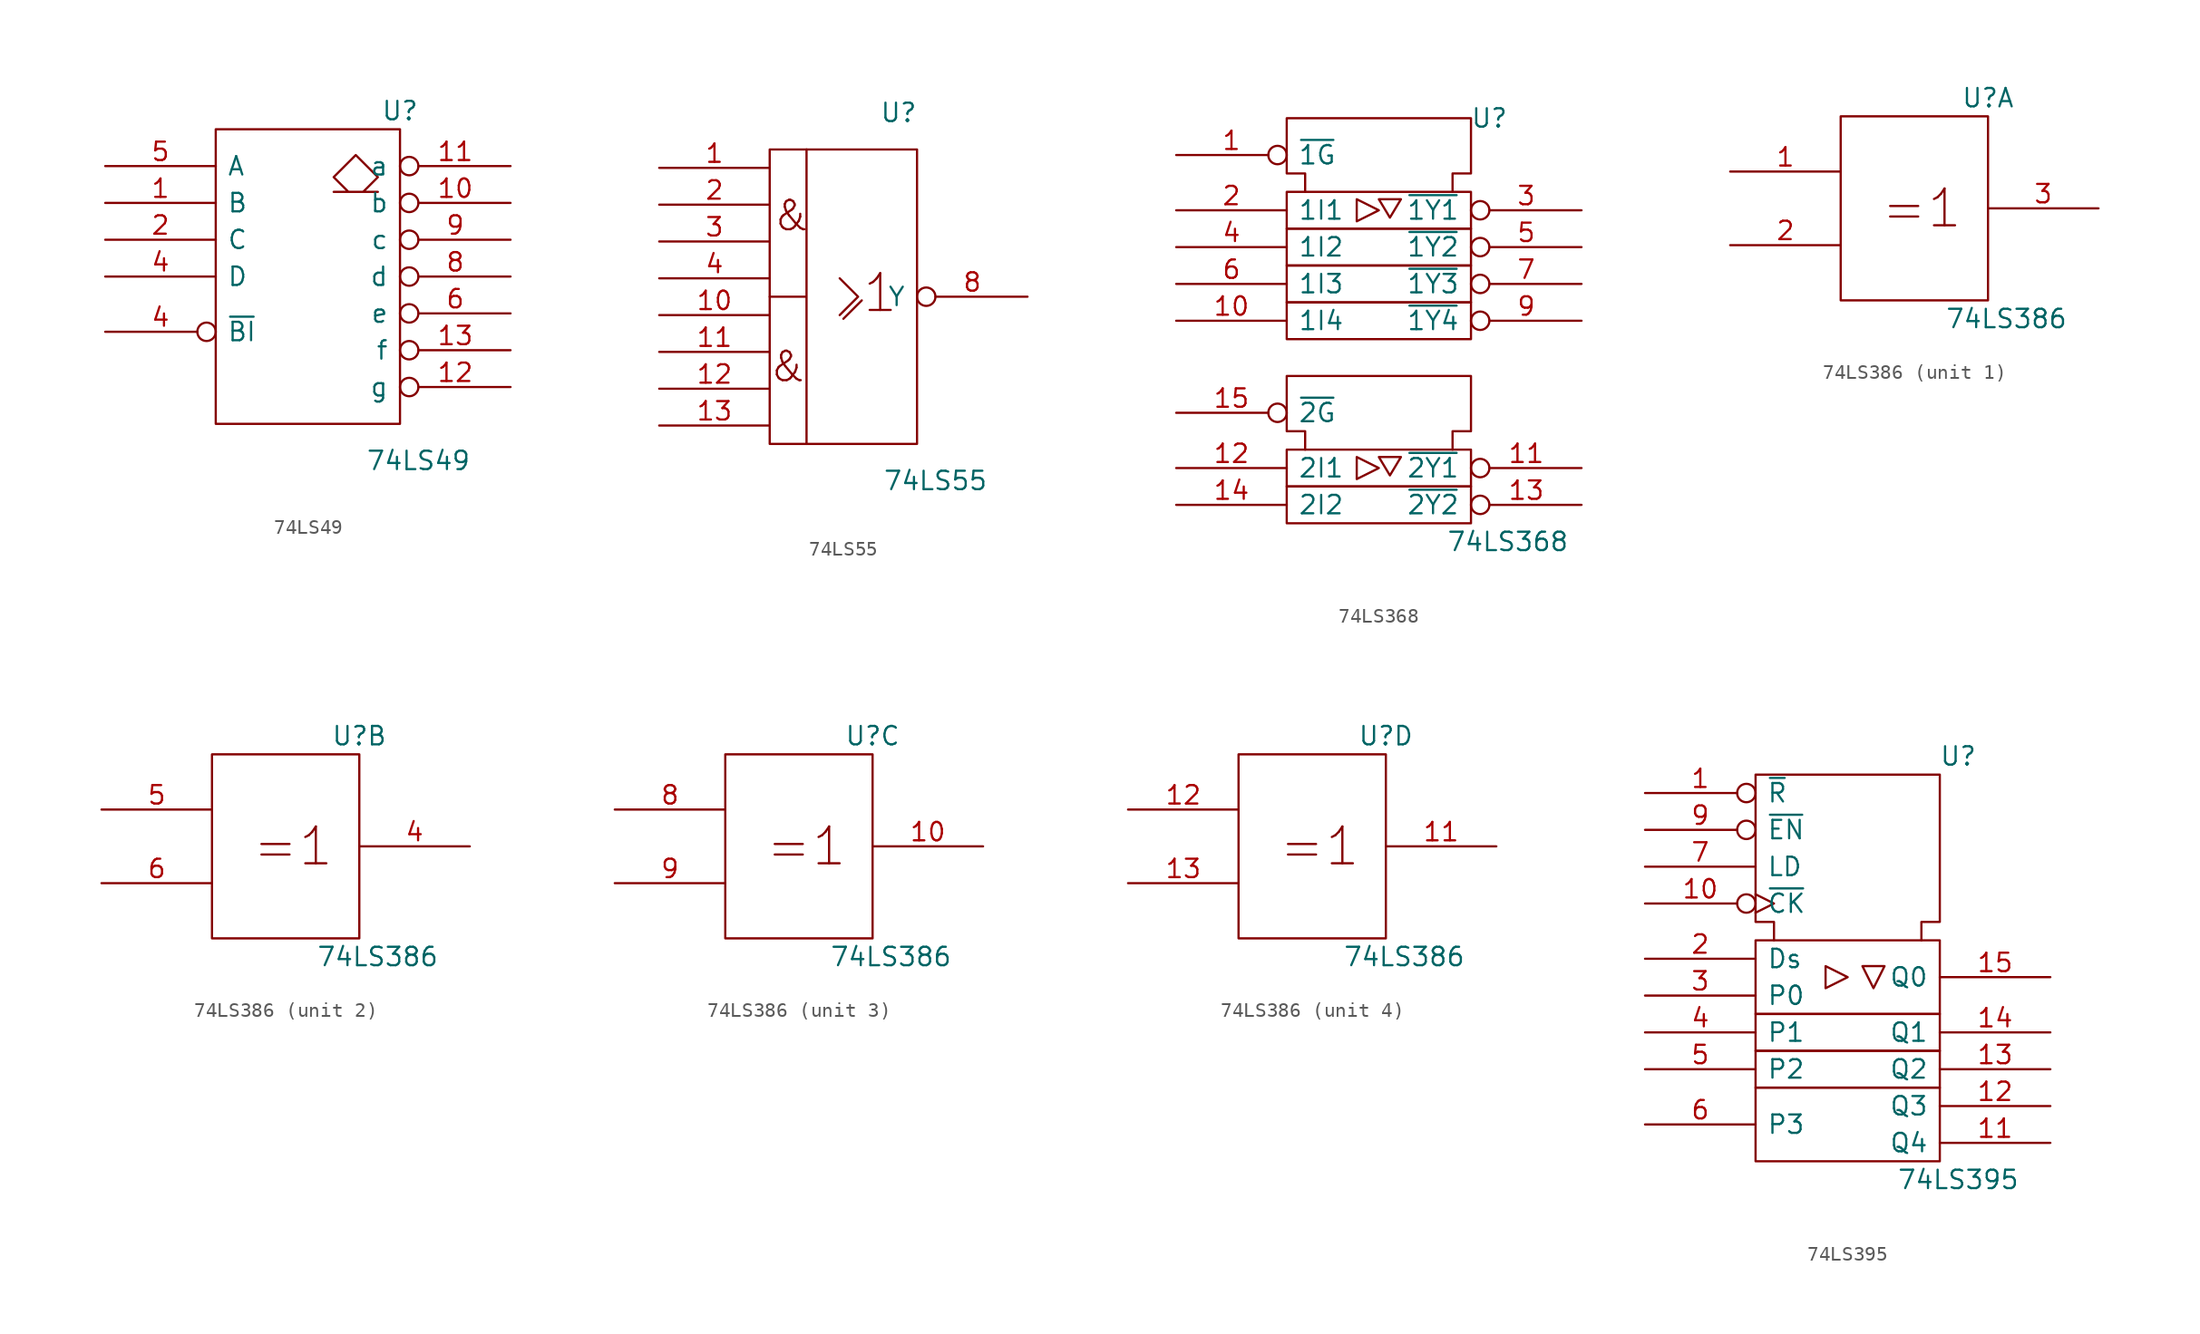
<source format=kicad_sym>
(kicad_symbol_lib
  (version 20201005)
  (generator kicad_symbol_editor)
  (symbol "74LS49"
    (pin_names
      (offset 0.762))
    (property "Reference" "U"
      (at 6.35 11.43 0)
      (effects (font (size 1.27 1.27))))
    (property "Value" "74LS49"
      (at 7.62 -12.7 0)
      (effects (font (size 1.27 1.27))))
    (symbol "74LS49_0_0"
      (rectangle (start -6.35 10.16) (end 6.35 -10.16) (stroke (width 0)) (fill (type none)))
      (polyline (pts (xy 3.81 5.842) (xy 4.826 6.858) (xy 3.302 8.382) (xy 1.778 6.858) (xy 2.794 5.842) (xy 1.778 5.842) (xy 4.826 5.842) (xy 4.826 5.842)) (stroke (width 0)) (fill (type none)))
      (pin power_in line (at 0 10.16 270) (length 0) hide (name "VCC" (effects (font (size 1.27 1.27)))) (number "14" (effects (font (size 1.27 1.27)))))
      (pin power_in line (at 0 -10.16 90) (length 0) hide (name "GND" (effects (font (size 1.27 1.27)))) (number "7" (effects (font (size 1.27 1.27))))))
    (symbol "74LS49_1_1"
      (pin input line (at -13.97 5.08 0) (length 7.62) (name "B" (effects (font (size 1.27 1.27)))) (number "1" (effects (font (size 1.27 1.27)))))
      (pin open_collector inverted (at 13.97 5.08 180) (length 7.62) (name "b" (effects (font (size 1.27 1.27)))) (number "10" (effects (font (size 1.27 1.27)))))
      (pin open_collector inverted (at 13.97 7.62 180) (length 7.62) (name "a" (effects (font (size 1.27 1.27)))) (number "11" (effects (font (size 1.27 1.27)))))
      (pin open_collector inverted (at 13.97 -7.62 180) (length 7.62) (name "g" (effects (font (size 1.27 1.27)))) (number "12" (effects (font (size 1.27 1.27)))))
      (pin open_collector inverted (at 13.97 -5.08 180) (length 7.62) (name "f" (effects (font (size 1.27 1.27)))) (number "13" (effects (font (size 1.27 1.27)))))
      (pin input line (at -13.97 2.54 0) (length 7.62) (name "C" (effects (font (size 1.27 1.27)))) (number "2" (effects (font (size 1.27 1.27)))))
      (pin input line (at -13.97 0 0) (length 7.62) (name "D" (effects (font (size 1.27 1.27)))) (number "4" (effects (font (size 1.27 1.27)))))
      (pin input inverted (at -13.97 -3.81 0) (length 7.62) (name "~BI" (effects (font (size 1.27 1.27)))) (number "4" (effects (font (size 1.27 1.27)))))
      (pin input line (at -13.97 7.62 0) (length 7.62) (name "A" (effects (font (size 1.27 1.27)))) (number "5" (effects (font (size 1.27 1.27)))))
      (pin open_collector inverted (at 13.97 -2.54 180) (length 7.62) (name "e" (effects (font (size 1.27 1.27)))) (number "6" (effects (font (size 1.27 1.27)))))
      (pin open_collector inverted (at 13.97 0 180) (length 7.62) (name "d" (effects (font (size 1.27 1.27)))) (number "8" (effects (font (size 1.27 1.27)))))
      (pin open_collector inverted (at 13.97 2.54 180) (length 7.62) (name "c" (effects (font (size 1.27 1.27)))) (number "9" (effects (font (size 1.27 1.27)))))))
  (symbol "74LS55"
    (pin_names
      (offset 0.762))
    (property "Reference" "U"
      (at 3.81 12.7 0)
      (effects (font (size 1.27 1.27))))
    (property "Value" "74LS55"
      (at 6.35 -12.7 0)
      (effects (font (size 1.27 1.27))))
    (symbol "74LS55_0_0"
      (text "&" (at -3.81 -4.826 0) (effects (font (size 2.032 2.032))))
      (text "&" (at -3.556 5.588 0) (effects (font (size 2.032 2.032))))
      (text "1" (at 2.54 0.254 0) (effects (font (size 2.54 2.54))))
      (polyline (pts (xy 0 -1.524) (xy 1.27 -0.254)) (stroke (width 0)) (fill (type none)))
      (polyline (pts (xy -0.254 1.27) (xy 1.016 0) (xy -0.254 -1.27) (xy -0.254 -1.27)) (stroke (width 0)) (fill (type none))))
    (symbol "74LS55_0_1"
      (rectangle (start -5.08 10.16) (end 5.08 -10.16) (stroke (width 0)) (fill (type none)))
      (polyline (pts (xy -2.54 10.16) (xy -2.54 0) (xy -5.08 0) (xy -2.54 0) (xy -2.54 -10.16) (xy -2.54 -10.16)) (stroke (width 0)) (fill (type none)))
      (pin power_in line (at 0 10.16 270) (length 0) hide (name "VCC" (effects (font (size 1.27 1.27)))) (number "14" (effects (font (size 1.27 1.27)))))
      (pin power_in line (at 0 -10.16 90) (length 0) hide (name "GND" (effects (font (size 1.27 1.27)))) (number "7" (effects (font (size 1.27 1.27))))))
    (symbol "74LS55_1_1"
      (pin input line (at -12.7 8.89 0) (length 7.62) (name "~" (effects (font (size 1.27 1.27)))) (number "1" (effects (font (size 1.27 1.27)))))
      (pin input line (at -12.7 -1.27 0) (length 7.62) (name "~" (effects (font (size 1.27 1.27)))) (number "10" (effects (font (size 1.27 1.27)))))
      (pin input line (at -12.7 -3.81 0) (length 7.62) (name "~" (effects (font (size 1.27 1.27)))) (number "11" (effects (font (size 1.27 1.27)))))
      (pin input line (at -12.7 -6.35 0) (length 7.62) (name "~" (effects (font (size 1.27 1.27)))) (number "12" (effects (font (size 1.27 1.27)))))
      (pin input line (at -12.7 -8.89 0) (length 7.62) (name "~" (effects (font (size 1.27 1.27)))) (number "13" (effects (font (size 1.27 1.27)))))
      (pin input line (at -12.7 6.35 0) (length 7.62) (name "~" (effects (font (size 1.27 1.27)))) (number "2" (effects (font (size 1.27 1.27)))))
      (pin input line (at -12.7 3.81 0) (length 7.62) (name "~" (effects (font (size 1.27 1.27)))) (number "3" (effects (font (size 1.27 1.27)))))
      (pin input line (at -12.7 1.27 0) (length 7.62) (name "~" (effects (font (size 1.27 1.27)))) (number "4" (effects (font (size 1.27 1.27)))))
      (pin output inverted (at 12.7 0 180) (length 7.62) (name "Y" (effects (font (size 1.27 1.27)))) (number "8" (effects (font (size 1.27 1.27)))))))
  (symbol "74LS368"
    (pin_names
      (offset 0.762))
    (property "Reference" "U"
      (at 7.62 8.89 0)
      (effects (font (size 1.27 1.27))))
    (property "Value" "74LS368"
      (at 8.89 -20.32 0)
      (effects (font (size 1.27 1.27))))
    (symbol "74LS368_0_0"
      (rectangle (start -6.35 -16.51) (end 6.35 -19.05) (stroke (width 0)) (fill (type none)))
      (rectangle (start -6.35 -13.97) (end 6.35 -16.51) (stroke (width 0)) (fill (type none)))
      (rectangle (start -6.35 -3.81) (end 6.35 -6.35) (stroke (width 0)) (fill (type none)))
      (rectangle (start -6.35 -1.27) (end 6.35 -3.81) (stroke (width 0)) (fill (type none)))
      (rectangle (start -6.35 1.27) (end 6.35 -1.27) (stroke (width 0)) (fill (type none)))
      (rectangle (start -6.35 3.81) (end 6.35 1.27) (stroke (width 0)) (fill (type none)))
      (polyline (pts (xy -1.524 -14.478) (xy -1.524 -16.002) (xy 0 -15.24) (xy -1.524 -14.478) (xy -1.524 -14.478)) (stroke (width 0)) (fill (type none)))
      (polyline (pts (xy -1.524 3.302) (xy 0 2.54) (xy -1.524 1.778) (xy -1.524 3.302) (xy -1.524 3.302)) (stroke (width 0)) (fill (type none)))
      (polyline (pts (xy -5.08 -13.97) (xy -5.08 -12.7) (xy -6.35 -12.7) (xy -6.35 -8.89) (xy 6.35 -8.89) (xy 6.35 -12.7) (xy 5.08 -12.7) (xy 5.08 -13.97) (xy 5.08 -13.97)) (stroke (width 0)) (fill (type none)))
      (polyline (pts (xy -5.08 3.81) (xy -5.08 5.08) (xy -6.35 5.08) (xy -6.35 8.89) (xy 6.35 8.89) (xy 6.35 5.08) (xy 5.08 5.08) (xy 5.08 3.81) (xy 5.08 3.81)) (stroke (width 0)) (fill (type none)))
      (pin power_in line (at 3.81 8.89 270) (length 0) hide (name "VCC" (effects (font (size 1.27 1.27)))) (number "16" (effects (font (size 1.27 1.27)))))
      (pin power_in line (at 0 8.89 270) (length 0) hide (name "GND" (effects (font (size 1.27 1.27)))) (number "8" (effects (font (size 1.27 1.27))))))
    (symbol "74LS368_0_1"
      (polyline (pts (xy 0 -14.478) (xy 1.524 -14.478) (xy 0.762 -15.748) (xy 0 -14.478) (xy 0 -14.478)) (stroke (width 0)) (fill (type none)))
      (polyline (pts (xy 0 3.302) (xy 1.524 3.302) (xy 0.762 2.032) (xy 0 3.302) (xy 0.254 3.302)) (stroke (width 0)) (fill (type none))))
    (symbol "74LS368_1_1"
      (pin input inverted (at -13.97 6.35 0) (length 7.62) (name "~1G" (effects (font (size 1.27 1.27)))) (number "1" (effects (font (size 1.27 1.27)))))
      (pin input line (at -13.97 -5.08 0) (length 7.62) (name "1I4" (effects (font (size 1.27 1.27)))) (number "10" (effects (font (size 1.27 1.27)))))
      (pin tri_state inverted (at 13.97 -15.24 180) (length 7.62) (name "~2Y1" (effects (font (size 1.27 1.27)))) (number "11" (effects (font (size 1.27 1.27)))))
      (pin input line (at -13.97 -15.24 0) (length 7.62) (name "2I1" (effects (font (size 1.27 1.27)))) (number "12" (effects (font (size 1.27 1.27)))))
      (pin tri_state inverted (at 13.97 -17.78 180) (length 7.62) (name "~2Y2" (effects (font (size 1.27 1.27)))) (number "13" (effects (font (size 1.27 1.27)))))
      (pin input line (at -13.97 -17.78 0) (length 7.62) (name "2I2" (effects (font (size 1.27 1.27)))) (number "14" (effects (font (size 1.27 1.27)))))
      (pin input inverted (at -13.97 -11.43 0) (length 7.62) (name "~2G" (effects (font (size 1.27 1.27)))) (number "15" (effects (font (size 1.27 1.27)))))
      (pin input line (at -13.97 2.54 0) (length 7.62) (name "1I1" (effects (font (size 1.27 1.27)))) (number "2" (effects (font (size 1.27 1.27)))))
      (pin tri_state inverted (at 13.97 2.54 180) (length 7.62) (name "~1Y1" (effects (font (size 1.27 1.27)))) (number "3" (effects (font (size 1.27 1.27)))))
      (pin input line (at -13.97 0 0) (length 7.62) (name "1I2" (effects (font (size 1.27 1.27)))) (number "4" (effects (font (size 1.27 1.27)))))
      (pin tri_state inverted (at 13.97 0 180) (length 7.62) (name "~1Y2" (effects (font (size 1.27 1.27)))) (number "5" (effects (font (size 1.27 1.27)))))
      (pin input line (at -13.97 -2.54 0) (length 7.62) (name "1I3" (effects (font (size 1.27 1.27)))) (number "6" (effects (font (size 1.27 1.27)))))
      (pin tri_state inverted (at 13.97 -2.54 180) (length 7.62) (name "~1Y3" (effects (font (size 1.27 1.27)))) (number "7" (effects (font (size 1.27 1.27)))))
      (pin tri_state inverted (at 13.97 -5.08 180) (length 7.62) (name "~1Y4" (effects (font (size 1.27 1.27)))) (number "9" (effects (font (size 1.27 1.27)))))))
  (symbol "74LS386"
    (pin_names
      (offset 0.762))
    (property "Reference" "U"
      (at 5.08 7.62 0)
      (effects (font (size 1.27 1.27))))
    (property "Value" "74LS386"
      (at 6.35 -7.62 0)
      (effects (font (size 1.27 1.27))))
    (symbol "74LS386_0_1"
      (text "=1" (at 0.508 0 0) (effects (font (size 2.54 2.54))))
      (rectangle (start -5.08 6.35) (end 5.08 -6.35) (stroke (width 0)) (fill (type none)))
      (pin power_in line (at 0 6.35 270) (length 0) hide (name "Vcc" (effects (font (size 1.27 1.27)))) (number "14" (effects (font (size 1.27 1.27)))))
      (pin power_in line (at 0 -6.35 90) (length 0) hide (name "Gnd" (effects (font (size 1.27 1.27)))) (number "7" (effects (font (size 1.27 1.27))))))
    (symbol "74LS386_1_1"
      (pin input line (at -12.7 2.54 0) (length 7.62) (name "~" (effects (font (size 1.27 1.27)))) (number "1" (effects (font (size 1.27 1.27)))))
      (pin input line (at -12.7 -2.54 0) (length 7.62) (name "~" (effects (font (size 1.27 1.27)))) (number "2" (effects (font (size 1.27 1.27)))))
      (pin output line (at 12.7 0 180) (length 7.62) (name "~" (effects (font (size 1.27 1.27)))) (number "3" (effects (font (size 1.27 1.27))))))
    (symbol "74LS386_2_1"
      (pin output line (at 12.7 0 180) (length 7.62) (name "~" (effects (font (size 1.27 1.27)))) (number "4" (effects (font (size 1.27 1.27)))))
      (pin input line (at -12.7 2.54 0) (length 7.62) (name "~" (effects (font (size 1.27 1.27)))) (number "5" (effects (font (size 1.27 1.27)))))
      (pin input line (at -12.7 -2.54 0) (length 7.62) (name "~" (effects (font (size 1.27 1.27)))) (number "6" (effects (font (size 1.27 1.27))))))
    (symbol "74LS386_3_1"
      (pin output line (at 12.7 0 180) (length 7.62) (name "~" (effects (font (size 1.27 1.27)))) (number "10" (effects (font (size 1.27 1.27)))))
      (pin input line (at -12.7 2.54 0) (length 7.62) (name "~" (effects (font (size 1.27 1.27)))) (number "8" (effects (font (size 1.27 1.27)))))
      (pin input line (at -12.7 -2.54 0) (length 7.62) (name "~" (effects (font (size 1.27 1.27)))) (number "9" (effects (font (size 1.27 1.27))))))
    (symbol "74LS386_4_1"
      (pin output line (at 12.7 0 180) (length 7.62) (name "~" (effects (font (size 1.27 1.27)))) (number "11" (effects (font (size 1.27 1.27)))))
      (pin input line (at -12.7 2.54 0) (length 7.62) (name "~" (effects (font (size 1.27 1.27)))) (number "12" (effects (font (size 1.27 1.27)))))
      (pin input line (at -12.7 -2.54 0) (length 7.62) (name "~" (effects (font (size 1.27 1.27)))) (number "13" (effects (font (size 1.27 1.27)))))))
  (symbol "74LS395"
    (pin_names
      (offset 0.762))
    (property "Reference" "U"
      (at 7.62 13.97 0)
      (effects (font (size 1.27 1.27))))
    (property "Value" "74LS395"
      (at 7.62 -15.24 0)
      (effects (font (size 1.27 1.27))))
    (symbol "74LS395_0_0"
      (rectangle (start -6.35 -8.89) (end 6.35 -13.97) (stroke (width 0)) (fill (type none)))
      (polyline (pts (xy -5.08 1.27) (xy -5.08 2.54) (xy -6.35 2.54) (xy -6.35 12.7) (xy 6.35 12.7) (xy 6.35 2.54) (xy 5.08 2.54) (xy 5.08 1.27) (xy 5.08 1.27)) (stroke (width 0)) (fill (type none)))
      (pin power_in line (at 0 12.7 270) (length 0) hide (name "GND" (effects (font (size 1.27 1.27)))) (number "8" (effects (font (size 1.27 1.27))))))
    (symbol "74LS395_0_1"
      (rectangle (start -6.35 -6.35) (end 6.35 -8.89) (stroke (width 0)) (fill (type none)))
      (rectangle (start -6.35 -3.81) (end 6.35 -6.35) (stroke (width 0)) (fill (type none)))
      (rectangle (start -6.35 1.27) (end 6.35 -3.81) (stroke (width 0)) (fill (type none)))
      (polyline (pts (xy -1.524 -0.508) (xy -1.524 -2.032) (xy 0 -1.27) (xy -1.524 -0.508) (xy -1.524 -0.508)) (stroke (width 0)) (fill (type none)))
      (polyline (pts (xy 2.54 -0.508) (xy 1.016 -0.508) (xy 1.778 -2.032) (xy 2.54 -0.508) (xy 2.54 -0.508)) (stroke (width 0)) (fill (type none)))
      (pin power_in line (at 3.81 12.7 270) (length 0) hide (name "Vdd" (effects (font (size 1.27 1.27)))) (number "16" (effects (font (size 1.27 1.27))))))
    (symbol "74LS395_1_1"
      (pin input inverted (at -13.97 11.43 0) (length 7.62) (name "~R" (effects (font (size 1.27 1.27)))) (number "1" (effects (font (size 1.27 1.27)))))
      (pin input inverted_clock (at -13.97 3.81 0) (length 7.62) (name "~CK" (effects (font (size 1.27 1.27)))) (number "10" (effects (font (size 1.27 1.27)))))
      (pin input line (at 13.97 -12.7 180) (length 7.62) (name "Q4" (effects (font (size 1.27 1.27)))) (number "11" (effects (font (size 1.27 1.27)))))
      (pin output line (at 13.97 -10.16 180) (length 7.62) (name "Q3" (effects (font (size 1.27 1.27)))) (number "12" (effects (font (size 1.27 1.27)))))
      (pin output line (at 13.97 -7.62 180) (length 7.62) (name "Q2" (effects (font (size 1.27 1.27)))) (number "13" (effects (font (size 1.27 1.27)))))
      (pin output line (at 13.97 -5.08 180) (length 7.62) (name "Q1" (effects (font (size 1.27 1.27)))) (number "14" (effects (font (size 1.27 1.27)))))
      (pin output line (at 13.97 -1.27 180) (length 7.62) (name "Q0" (effects (font (size 1.27 1.27)))) (number "15" (effects (font (size 1.27 1.27)))))
      (pin input line (at -13.97 0 0) (length 7.62) (name "Ds" (effects (font (size 1.27 1.27)))) (number "2" (effects (font (size 1.27 1.27)))))
      (pin input line (at -13.97 -2.54 0) (length 7.62) (name "P0" (effects (font (size 1.27 1.27)))) (number "3" (effects (font (size 1.27 1.27)))))
      (pin input line (at -13.97 -5.08 0) (length 7.62) (name "P1" (effects (font (size 1.27 1.27)))) (number "4" (effects (font (size 1.27 1.27)))))
      (pin input line (at -13.97 -7.62 0) (length 7.62) (name "P2" (effects (font (size 1.27 1.27)))) (number "5" (effects (font (size 1.27 1.27)))))
      (pin input line (at -13.97 -11.43 0) (length 7.62) (name "P3" (effects (font (size 1.27 1.27)))) (number "6" (effects (font (size 1.27 1.27)))))
      (pin input line (at -13.97 6.35 0) (length 7.62) (name "LD" (effects (font (size 1.27 1.27)))) (number "7" (effects (font (size 1.27 1.27)))))
      (pin input inverted (at -13.97 8.89 0) (length 7.62) (name "~EN" (effects (font (size 1.27 1.27)))) (number "9" (effects (font (size 1.27 1.27))))))))
</source>
